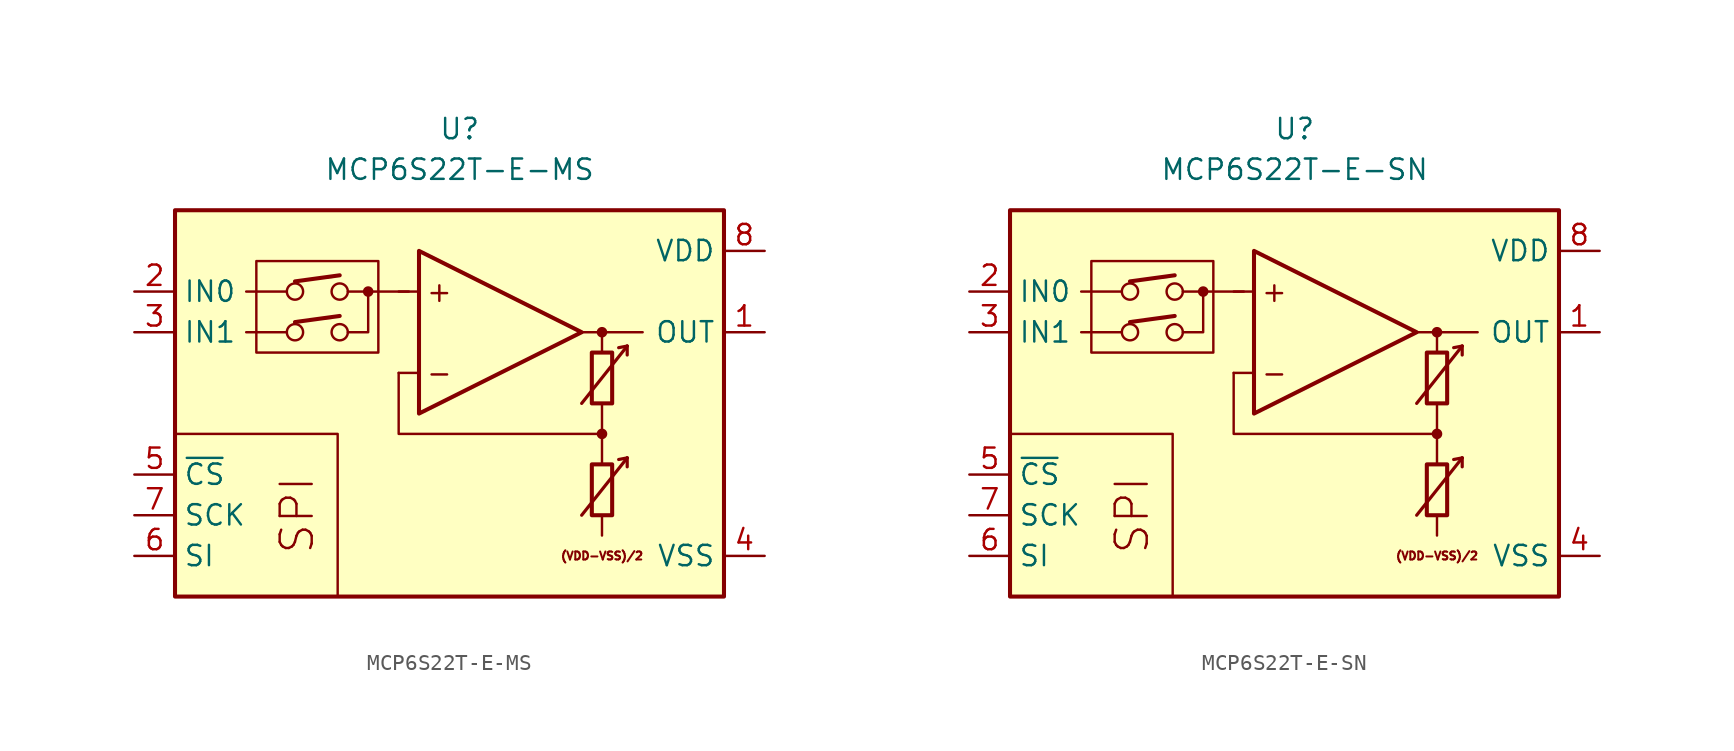
<source format=kicad_sym>
(kicad_symbol_lib
  (version 20211014)
  (generator kicad_symbol_editor)
  (symbol "MCP6S22T-E-MS"
    (property "Reference" "U"
      (at 0 17.78 0)
      (effects (font (size 1.27 1.27))))
    (property "Value" "MCP6S22T-E-MS"
      (at 0 15.24 0)
      (effects (font (size 1.27 1.27))))
    (symbol "MCP6S22T-E-MS_0_0"
      (rectangle (start -17.78 12.7) (end 16.51 -11.43) (stroke (width 0.254) (type default) (color 0 0 0 0)) (fill (type background)))
      (rectangle (start -12.7 9.525) (end -5.08 3.81) (stroke (width 0.152) (type default) (color 0 0 0 0)) (fill (type none)))
      (circle (center -10.287 5.08) (radius 0.508) (stroke (width 0) (type default) (color 0 0 0 0)) (fill (type none)))
      (circle (center -10.287 7.62) (radius 0.508) (stroke (width 0) (type default) (color 0 0 0 0)) (fill (type none)))
      (circle (center -7.493 5.08) (radius 0.508) (stroke (width 0) (type default) (color 0 0 0 0)) (fill (type none)))
      (circle (center -7.493 7.62) (radius 0.508) (stroke (width 0) (type default) (color 0 0 0 0)) (fill (type none)))
      (circle (center -5.715 7.62) (radius 0.254) (stroke (width 0.152) (type default) (color 0 0 0 0)) (fill (type outline)))
      (polyline (pts (xy 8.89 -3.81)) (stroke (width 0.152) (type default) (color 0 0 0 0)) (fill (type none)))
      (polyline (pts (xy 8.89 3.81)) (stroke (width 0.152) (type default) (color 0 0 0 0)) (fill (type none)))
      (polyline (pts (xy -10.795 5.08) (xy -13.335 5.08)) (stroke (width 0.152) (type default) (color 0 0 0 0)) (fill (type none)))
      (polyline (pts (xy -10.795 7.62) (xy -13.335 7.62)) (stroke (width 0.152) (type default) (color 0 0 0 0)) (fill (type none)))
      (polyline (pts (xy -10.287 5.715) (xy -7.493 6.096)) (stroke (width 0.254) (type default) (color 0 0 0 0)) (fill (type none)))
      (polyline (pts (xy -10.287 8.255) (xy -7.493 8.636)) (stroke (width 0.254) (type default) (color 0 0 0 0)) (fill (type none)))
      (polyline (pts (xy -3.175 7.62) (xy -6.985 7.62)) (stroke (width 0.152) (type default) (color 0 0 0 0)) (fill (type none)))
      (polyline (pts (xy -2.54 2.54) (xy -3.81 2.54)) (stroke (width 0.152) (type default) (color 0 0 0 0)) (fill (type none)))
      (polyline (pts (xy -2.54 7.62) (xy -3.81 7.62)) (stroke (width 0.152) (type default) (color 0 0 0 0)) (fill (type none)))
      (polyline (pts (xy 7.62 5.08) (xy 11.43 5.08)) (stroke (width 0.152) (type default) (color 0 0 0 0)) (fill (type none)))
      (polyline (pts (xy 8.89 -6.35) (xy 8.89 -7.62)) (stroke (width 0.152) (type default) (color 0 0 0 0)) (fill (type none)))
      (polyline (pts (xy 8.89 -1.27) (xy 8.89 -3.175)) (stroke (width 0.152) (type default) (color 0 0 0 0)) (fill (type none)))
      (polyline (pts (xy 8.89 0.635) (xy 8.89 -1.27)) (stroke (width 0.152) (type default) (color 0 0 0 0)) (fill (type none)))
      (polyline (pts (xy 8.89 5.08) (xy 8.89 3.81)) (stroke (width 0.152) (type default) (color 0 0 0 0)) (fill (type none)))
      (polyline (pts (xy -7.62 -11.43) (xy -7.62 -1.27) (xy -17.78 -1.27)) (stroke (width 0.152) (type default) (color 0 0 0 0)) (fill (type none)))
      (polyline (pts (xy -6.985 5.08) (xy -5.715 5.08) (xy -5.715 7.62)) (stroke (width 0.152) (type default) (color 0 0 0 0)) (fill (type none)))
      (polyline (pts (xy 8.89 -1.27) (xy -3.81 -1.27) (xy -3.81 2.54)) (stroke (width 0.152) (type default) (color 0 0 0 0)) (fill (type none)))
      (circle (center 8.89 -1.27) (radius 0.254) (stroke (width 0.152) (type default) (color 0 0 0 0)) (fill (type outline)))
      (circle (center 8.89 5.08) (radius 0.254) (stroke (width 0.152) (type default) (color 0 0 0 0)) (fill (type outline)))
      (text "(VDD-VSS)/2" (at 8.89 -8.89 0) (effects (font (size 0.5 0.5))))
      (text "+" (at -1.27 7.62 0) (effects (font (size 1.27 1.27))))
      (text "-" (at -1.27 2.54 0) (effects (font (size 1.27 1.27))))
      (text "SPI" (at -10.16 -6.35 900) (effects (font (size 2 2)))))
    (symbol "MCP6S22T-E-MS_0_1"
      (polyline (pts (xy 10.465 -2.769) (xy 9.931 -2.87)) (stroke (width 0.2) (type default) (color 0 0 0 0)) (fill (type none)))
      (polyline (pts (xy 10.465 -2.769) (xy 10.465 -3.327)) (stroke (width 0.2) (type default) (color 0 0 0 0)) (fill (type none)))
      (polyline (pts (xy 10.465 4.216) (xy 9.931 4.115)) (stroke (width 0.2) (type default) (color 0 0 0 0)) (fill (type none)))
      (polyline (pts (xy 10.465 4.216) (xy 10.465 3.658)) (stroke (width 0.2) (type default) (color 0 0 0 0)) (fill (type none)))
      (polyline (pts (xy -2.54 10.16) (xy -2.54 0) (xy 7.62 5.08) (xy -2.54 10.16)) (stroke (width 0.254) (type default) (color 0 0 0 0)) (fill (type background)))
      (polyline (pts (xy 7.62 -6.35) (xy 10.465 -2.769) (xy 10.465 -2.769) (xy 10.465 -2.769)) (stroke (width 0.2) (type default) (color 0 0 0 0)) (fill (type none)))
      (polyline (pts (xy 7.62 0.635) (xy 10.465 4.216) (xy 10.465 4.216) (xy 10.465 4.216)) (stroke (width 0.2) (type default) (color 0 0 0 0)) (fill (type none)))
      (rectangle (start 8.255 -3.175) (end 9.525 -6.35) (stroke (width 0.254) (type default) (color 0 0 0 0)) (fill (type none)))
      (rectangle (start 8.255 3.81) (end 9.525 0.635) (stroke (width 0.254) (type default) (color 0 0 0 0)) (fill (type none))))
    (symbol "MCP6S22T-E-MS_1_1"
      (pin output line (at 19.05 5.08 180) (length 2.54) (name "OUT" (effects (font (size 1.27 1.27)))) (number "1" (effects (font (size 1.27 1.27)))))
      (pin input line (at -20.32 7.62 0) (length 2.54) (name "IN0" (effects (font (size 1.27 1.27)))) (number "2" (effects (font (size 1.27 1.27)))))
      (pin input line (at -20.32 5.08 0) (length 2.54) (name "IN1" (effects (font (size 1.27 1.27)))) (number "3" (effects (font (size 1.27 1.27)))))
      (pin power_in line (at 19.05 -8.89 180) (length 2.54) (name "VSS" (effects (font (size 1.27 1.27)))) (number "4" (effects (font (size 1.27 1.27)))))
      (pin input line (at -20.32 -3.81 0) (length 2.54) (name "~{CS}" (effects (font (size 1.27 1.27)))) (number "5" (effects (font (size 1.27 1.27)))))
      (pin input line (at -20.32 -8.89 0) (length 2.54) (name "SI" (effects (font (size 1.27 1.27)))) (number "6" (effects (font (size 1.27 1.27)))))
      (pin input line (at -20.32 -6.35 0) (length 2.54) (name "SCK" (effects (font (size 1.27 1.27)))) (number "7" (effects (font (size 1.27 1.27)))))
      (pin power_in line (at 19.05 10.16 180) (length 2.54) (name "VDD" (effects (font (size 1.27 1.27)))) (number "8" (effects (font (size 1.27 1.27)))))))
  (symbol "MCP6S22T-E-SN"
    (property "Reference" "U"
      (at 0 17.78 0)
      (effects (font (size 1.27 1.27))))
    (property "Value" "MCP6S22T-E-SN"
      (at 0 15.24 0)
      (effects (font (size 1.27 1.27))))
    (symbol "MCP6S22T-E-SN_0_0"
      (rectangle (start -17.78 12.7) (end 16.51 -11.43) (stroke (width 0.254) (type default) (color 0 0 0 0)) (fill (type background)))
      (rectangle (start -12.7 9.525) (end -5.08 3.81) (stroke (width 0.152) (type default) (color 0 0 0 0)) (fill (type none)))
      (circle (center -10.287 5.08) (radius 0.508) (stroke (width 0) (type default) (color 0 0 0 0)) (fill (type none)))
      (circle (center -10.287 7.62) (radius 0.508) (stroke (width 0) (type default) (color 0 0 0 0)) (fill (type none)))
      (circle (center -7.493 5.08) (radius 0.508) (stroke (width 0) (type default) (color 0 0 0 0)) (fill (type none)))
      (circle (center -7.493 7.62) (radius 0.508) (stroke (width 0) (type default) (color 0 0 0 0)) (fill (type none)))
      (circle (center -5.715 7.62) (radius 0.254) (stroke (width 0.152) (type default) (color 0 0 0 0)) (fill (type outline)))
      (polyline (pts (xy 8.89 -3.81)) (stroke (width 0.152) (type default) (color 0 0 0 0)) (fill (type none)))
      (polyline (pts (xy 8.89 3.81)) (stroke (width 0.152) (type default) (color 0 0 0 0)) (fill (type none)))
      (polyline (pts (xy -10.795 5.08) (xy -13.335 5.08)) (stroke (width 0.152) (type default) (color 0 0 0 0)) (fill (type none)))
      (polyline (pts (xy -10.795 7.62) (xy -13.335 7.62)) (stroke (width 0.152) (type default) (color 0 0 0 0)) (fill (type none)))
      (polyline (pts (xy -10.287 5.715) (xy -7.493 6.096)) (stroke (width 0.254) (type default) (color 0 0 0 0)) (fill (type none)))
      (polyline (pts (xy -10.287 8.255) (xy -7.493 8.636)) (stroke (width 0.254) (type default) (color 0 0 0 0)) (fill (type none)))
      (polyline (pts (xy -3.175 7.62) (xy -6.985 7.62)) (stroke (width 0.152) (type default) (color 0 0 0 0)) (fill (type none)))
      (polyline (pts (xy -2.54 2.54) (xy -3.81 2.54)) (stroke (width 0.152) (type default) (color 0 0 0 0)) (fill (type none)))
      (polyline (pts (xy -2.54 7.62) (xy -3.81 7.62)) (stroke (width 0.152) (type default) (color 0 0 0 0)) (fill (type none)))
      (polyline (pts (xy 7.62 5.08) (xy 11.43 5.08)) (stroke (width 0.152) (type default) (color 0 0 0 0)) (fill (type none)))
      (polyline (pts (xy 8.89 -6.35) (xy 8.89 -7.62)) (stroke (width 0.152) (type default) (color 0 0 0 0)) (fill (type none)))
      (polyline (pts (xy 8.89 -1.27) (xy 8.89 -3.175)) (stroke (width 0.152) (type default) (color 0 0 0 0)) (fill (type none)))
      (polyline (pts (xy 8.89 0.635) (xy 8.89 -1.27)) (stroke (width 0.152) (type default) (color 0 0 0 0)) (fill (type none)))
      (polyline (pts (xy 8.89 5.08) (xy 8.89 3.81)) (stroke (width 0.152) (type default) (color 0 0 0 0)) (fill (type none)))
      (polyline (pts (xy -7.62 -11.43) (xy -7.62 -1.27) (xy -17.78 -1.27)) (stroke (width 0.152) (type default) (color 0 0 0 0)) (fill (type none)))
      (polyline (pts (xy -6.985 5.08) (xy -5.715 5.08) (xy -5.715 7.62)) (stroke (width 0.152) (type default) (color 0 0 0 0)) (fill (type none)))
      (polyline (pts (xy 8.89 -1.27) (xy -3.81 -1.27) (xy -3.81 2.54)) (stroke (width 0.152) (type default) (color 0 0 0 0)) (fill (type none)))
      (circle (center 8.89 -1.27) (radius 0.254) (stroke (width 0.152) (type default) (color 0 0 0 0)) (fill (type outline)))
      (circle (center 8.89 5.08) (radius 0.254) (stroke (width 0.152) (type default) (color 0 0 0 0)) (fill (type outline)))
      (text "(VDD-VSS)/2" (at 8.89 -8.89 0) (effects (font (size 0.5 0.5))))
      (text "+" (at -1.27 7.62 0) (effects (font (size 1.27 1.27))))
      (text "-" (at -1.27 2.54 0) (effects (font (size 1.27 1.27))))
      (text "SPI" (at -10.16 -6.35 900) (effects (font (size 2 2)))))
    (symbol "MCP6S22T-E-SN_0_1"
      (polyline (pts (xy 10.465 -2.769) (xy 9.931 -2.87)) (stroke (width 0.2) (type default) (color 0 0 0 0)) (fill (type none)))
      (polyline (pts (xy 10.465 -2.769) (xy 10.465 -3.327)) (stroke (width 0.2) (type default) (color 0 0 0 0)) (fill (type none)))
      (polyline (pts (xy 10.465 4.216) (xy 9.931 4.115)) (stroke (width 0.2) (type default) (color 0 0 0 0)) (fill (type none)))
      (polyline (pts (xy 10.465 4.216) (xy 10.465 3.658)) (stroke (width 0.2) (type default) (color 0 0 0 0)) (fill (type none)))
      (polyline (pts (xy -2.54 10.16) (xy -2.54 0) (xy 7.62 5.08) (xy -2.54 10.16)) (stroke (width 0.254) (type default) (color 0 0 0 0)) (fill (type background)))
      (polyline (pts (xy 7.62 -6.35) (xy 10.465 -2.769) (xy 10.465 -2.769) (xy 10.465 -2.769)) (stroke (width 0.2) (type default) (color 0 0 0 0)) (fill (type none)))
      (polyline (pts (xy 7.62 0.635) (xy 10.465 4.216) (xy 10.465 4.216) (xy 10.465 4.216)) (stroke (width 0.2) (type default) (color 0 0 0 0)) (fill (type none)))
      (rectangle (start 8.255 -3.175) (end 9.525 -6.35) (stroke (width 0.254) (type default) (color 0 0 0 0)) (fill (type none)))
      (rectangle (start 8.255 3.81) (end 9.525 0.635) (stroke (width 0.254) (type default) (color 0 0 0 0)) (fill (type none))))
    (symbol "MCP6S22T-E-SN_1_1"
      (pin output line (at 19.05 5.08 180) (length 2.54) (name "OUT" (effects (font (size 1.27 1.27)))) (number "1" (effects (font (size 1.27 1.27)))))
      (pin input line (at -20.32 7.62 0) (length 2.54) (name "IN0" (effects (font (size 1.27 1.27)))) (number "2" (effects (font (size 1.27 1.27)))))
      (pin input line (at -20.32 5.08 0) (length 2.54) (name "IN1" (effects (font (size 1.27 1.27)))) (number "3" (effects (font (size 1.27 1.27)))))
      (pin power_in line (at 19.05 -8.89 180) (length 2.54) (name "VSS" (effects (font (size 1.27 1.27)))) (number "4" (effects (font (size 1.27 1.27)))))
      (pin input line (at -20.32 -3.81 0) (length 2.54) (name "~{CS}" (effects (font (size 1.27 1.27)))) (number "5" (effects (font (size 1.27 1.27)))))
      (pin input line (at -20.32 -8.89 0) (length 2.54) (name "SI" (effects (font (size 1.27 1.27)))) (number "6" (effects (font (size 1.27 1.27)))))
      (pin input line (at -20.32 -6.35 0) (length 2.54) (name "SCK" (effects (font (size 1.27 1.27)))) (number "7" (effects (font (size 1.27 1.27)))))
      (pin power_in line (at 19.05 10.16 180) (length 2.54) (name "VDD" (effects (font (size 1.27 1.27)))) (number "8" (effects (font (size 1.27 1.27))))))))
</source>
